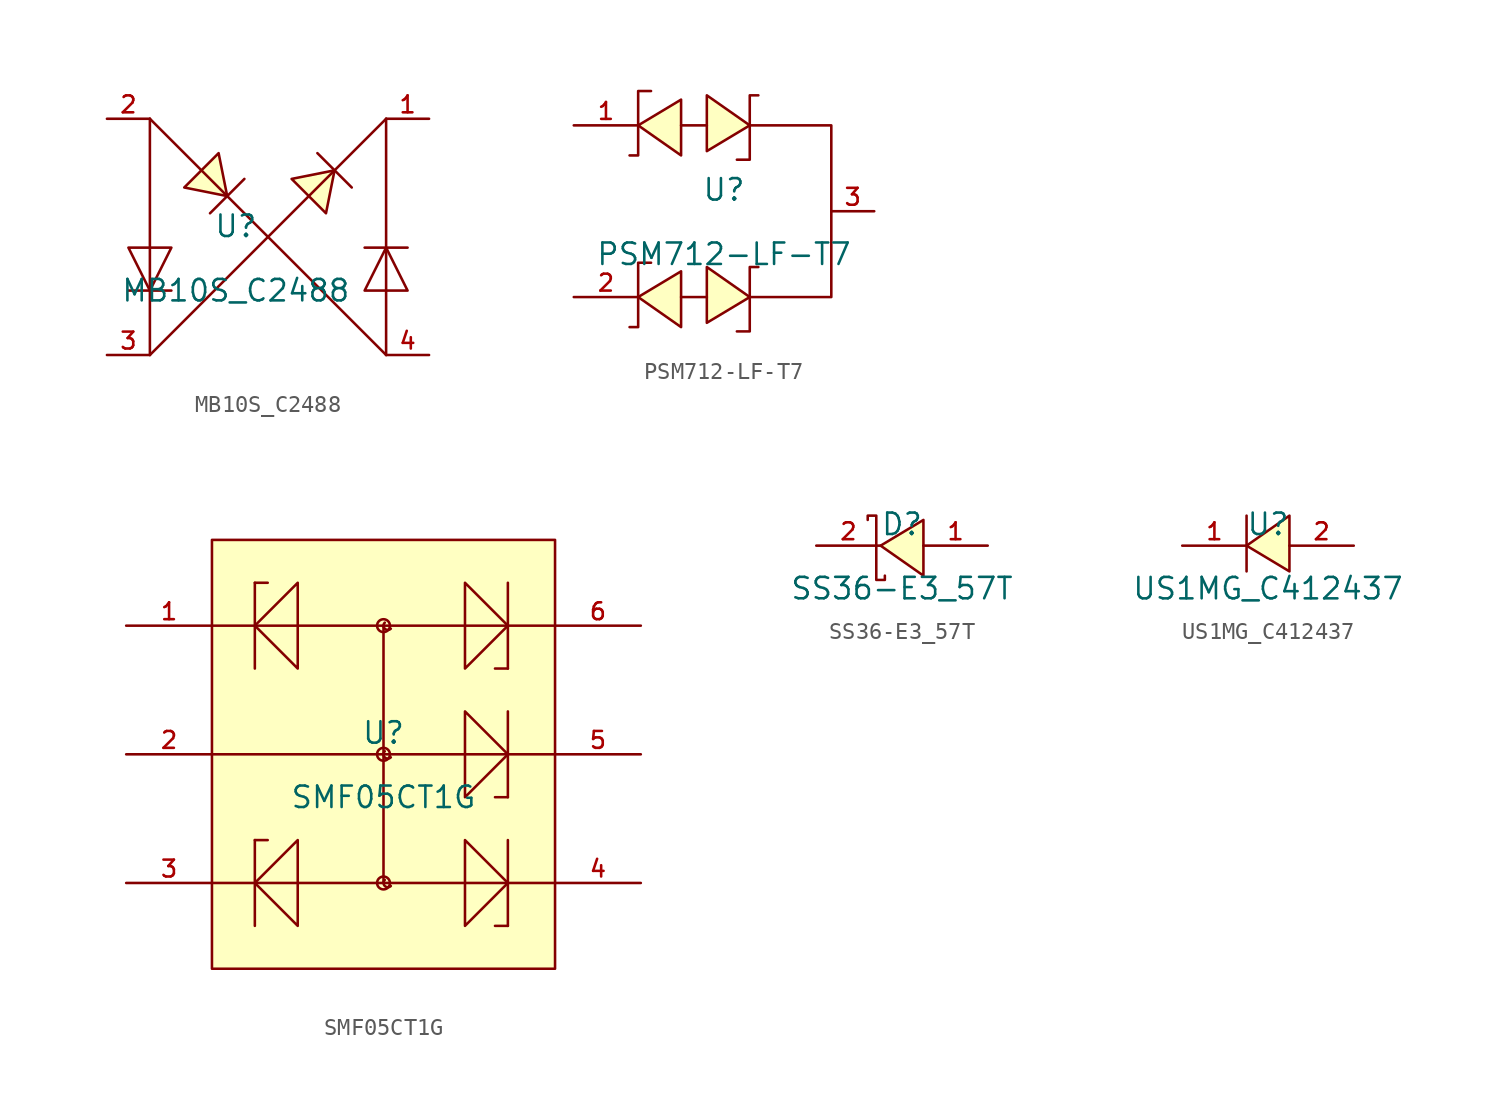
<source format=kicad_sym>
(kicad_symbol_lib
  (version 20210201)
  (generator TousstNicolas/JLC2KiCad_lib)
  (symbol "MB10S_C2488"
    (pin_names hide)
    (property "Reference" "U"
      (at 0 1.27 0)
      (effects (font (size 1.27 1.27))))
    (property "Value" "MB10S_C2488"
      (at 0 -2.54 0)
      (effects (font (size 1.27 1.27))))
    (symbol "MB10S_C2488_0_1"
      (pin unspecified line (at 11.43 -6.35 180) (length 2.54) (name "C1" (effects (font (size 1 1)))) (number "4" (effects (font (size 1 1)))))
      (pin unspecified line (at 11.43 7.62 180) (length 2.54) (name "+" (effects (font (size 1 1)))) (number "1" (effects (font (size 1 1)))))
      (pin unspecified line (at -7.62 7.62 0) (length 2.54) (name "-" (effects (font (size 1 1)))) (number "2" (effects (font (size 1 1)))))
      (pin unspecified line (at -7.62 -6.35 0) (length 2.54) (name "C2" (effects (font (size 1 1)))) (number "3" (effects (font (size 1 1)))))
      (polyline (pts (xy 0.508 4.064) (xy -1.524 2.032)) (stroke (width 0) (type default) (color 0 0 0 0)) (fill (type none)))
      (polyline (pts (xy 4.826 5.588) (xy 6.858 3.556)) (stroke (width 0) (type default) (color 0 0 0 0)) (fill (type none)))
      (polyline (pts (xy -1.016 5.588) (xy -0.508 3.048) (xy -3.048 3.556) (xy -1.016 5.588)) (stroke (width 0) (type default) (color 0 0 0 0)) (fill (type background)))
      (polyline (pts (xy 3.302 4.064) (xy 5.842 4.572) (xy 5.334 2.032) (xy 3.302 4.064)) (stroke (width 0) (type default) (color 0 0 0 0)) (fill (type background)))
      (polyline (pts (xy -5.08 7.62) (xy 8.89 -6.35)) (stroke (width 0) (type default) (color 0 0 0 0)) (fill (type none)))
      (polyline (pts (xy -6.35 -0.0) (xy -3.81 -0.0) (xy -5.08 -2.54) (xy -6.35 -0.0)) (stroke (width 0) (type default) (color 0 0 0 0)) (fill (type none)))
      (polyline (pts (xy -6.35 -2.54) (xy -3.81 -2.54)) (stroke (width 0) (type default) (color 0 0 0 0)) (fill (type none)))
      (polyline (pts (xy -5.08 7.62) (xy -5.08 -6.35)) (stroke (width 0) (type default) (color 0 0 0 0)) (fill (type none)))
      (polyline (pts (xy 10.16 -2.54) (xy 7.62 -2.54) (xy 8.89 -0.0) (xy 10.16 -2.54)) (stroke (width 0) (type default) (color 0 0 0 0)) (fill (type none)))
      (polyline (pts (xy 10.16 -0.0) (xy 7.62 -0.0)) (stroke (width 0) (type default) (color 0 0 0 0)) (fill (type none)))
      (polyline (pts (xy -5.08 -6.35) (xy 8.89 7.62)) (stroke (width 0) (type default) (color 0 0 0 0)) (fill (type none)))
      (polyline (pts (xy 8.89 7.62) (xy 8.89 -6.35)) (stroke (width 0) (type default) (color 0 0 0 0)) (fill (type none)))))
  (symbol "PSM712-LF-T7"
    (pin_names hide)
    (property "Reference" "U"
      (at 0 1.27 0)
      (effects (font (size 1.27 1.27))))
    (property "Value" "PSM712-LF-T7"
      (at 0 -2.54 0)
      (effects (font (size 1.27 1.27))))
    (symbol "PSM712-LF-T7_0_1"
      (pin unspecified line (at -8.89 5.08 0) (length 3.81) (name "A1" (effects (font (size 1 1)))) (number "1" (effects (font (size 1 1)))))
      (pin unspecified line (at 8.89 -0.0 180) (length 2.54) (name "K" (effects (font (size 1 1)))) (number "3" (effects (font (size 1 1)))))
      (polyline (pts (xy -1.016 3.556) (xy 1.524 5.08) (xy -1.016 6.858) (xy -1.016 3.556)) (stroke (width 0) (type default) (color 0 0 0 0)) (fill (type background)))
      (polyline (pts (xy 2.032 6.858) (xy 1.524 6.858) (xy 1.524 3.048) (xy 0.762 3.048)) (stroke (width 0) (type default) (color 0 0 0 0)) (fill (type none)))
      (polyline (pts (xy -2.54 6.604) (xy -5.08 5.08) (xy -2.54 3.302) (xy -2.54 6.604)) (stroke (width 0) (type default) (color 0 0 0 0)) (fill (type background)))
      (polyline (pts (xy -5.588 3.302) (xy -5.08 3.302) (xy -5.08 7.112) (xy -4.318 7.112)) (stroke (width 0) (type default) (color 0 0 0 0)) (fill (type none)))
      (polyline (pts (xy -1.016 -6.604) (xy 1.524 -5.08) (xy -1.016 -3.302) (xy -1.016 -6.604)) (stroke (width 0) (type default) (color 0 0 0 0)) (fill (type background)))
      (polyline (pts (xy 2.032 -3.302) (xy 1.524 -3.302) (xy 1.524 -7.112) (xy 0.762 -7.112)) (stroke (width 0) (type default) (color 0 0 0 0)) (fill (type none)))
      (polyline (pts (xy -2.54 -3.556) (xy -5.08 -5.08) (xy -2.54 -6.858) (xy -2.54 -3.556)) (stroke (width 0) (type default) (color 0 0 0 0)) (fill (type background)))
      (polyline (pts (xy -5.588 -6.858) (xy -5.08 -6.858) (xy -5.08 -3.048) (xy -4.318 -3.048)) (stroke (width 0) (type default) (color 0 0 0 0)) (fill (type none)))
      (pin unspecified line (at -8.89 -5.08 0) (length 3.81) (name "A1" (effects (font (size 1 1)))) (number "2" (effects (font (size 1 1)))))
      (polyline (pts (xy 1.524 5.08) (xy 6.35 5.08) (xy 6.35 -5.08) (xy 1.524 -5.08)) (stroke (width 0) (type default) (color 0 0 0 0)) (fill (type none)))
      (polyline (pts (xy -2.54 5.08) (xy -1.016 5.08)) (stroke (width 0) (type default) (color 0 0 0 0)) (fill (type none)))
      (polyline (pts (xy -2.54 -5.08) (xy -1.016 -5.08)) (stroke (width 0) (type default) (color 0 0 0 0)) (fill (type none)))))
  (symbol "SMF05CT1G"
    (pin_names hide)
    (property "Reference" "U"
      (at 0 1.27 0)
      (effects (font (size 1.27 1.27))))
    (property "Value" "SMF05CT1G"
      (at 0 -2.54 0)
      (effects (font (size 1.27 1.27))))
    (symbol "SMF05CT1G_0_1"
      (rectangle (start -10.16 12.7) (end 10.16 -12.7) (stroke (width 0) (type default) (color 0 0 0 0)) (fill (type background)))
      (pin input line (at -15.24 7.62 0) (length 5.08) (name "1" (effects (font (size 1 1)))) (number "1" (effects (font (size 1 1)))))
      (pin input line (at -15.24 -0.0 0) (length 5.08) (name "2" (effects (font (size 1 1)))) (number "2" (effects (font (size 1 1)))))
      (pin input line (at -15.24 -7.62 0) (length 5.08) (name "3" (effects (font (size 1 1)))) (number "3" (effects (font (size 1 1)))))
      (pin input line (at 15.24 -7.62 180) (length 5.08) (name "4" (effects (font (size 1 1)))) (number "4" (effects (font (size 1 1)))))
      (pin input line (at 15.24 -0.0 180) (length 5.08) (name "5" (effects (font (size 1 1)))) (number "5" (effects (font (size 1 1)))))
      (polyline (pts (xy -10.16 7.62) (xy 10.16 7.62)) (stroke (width 0) (type default) (color 0 0 0 0)) (fill (type none)))
      (polyline (pts (xy -10.16 -7.62) (xy 10.16 -7.62)) (stroke (width 0) (type default) (color 0 0 0 0)) (fill (type none)))
      (polyline (pts (xy -10.16 -0.0) (xy 0.0 -0.0)) (stroke (width 0) (type default) (color 0 0 0 0)) (fill (type none)))
      (polyline (pts (xy 0.0 -7.62) (xy 0.0 7.62)) (stroke (width 0) (type default) (color 0 0 0 0)) (fill (type none)))
      (polyline (pts (xy -5.08 10.16) (xy -7.62 7.62) (xy -5.08 5.08) (xy -5.08 10.16)) (stroke (width 0) (type default) (color 0 0 0 0)) (fill (type background)))
      (polyline (pts (xy -7.62 5.08) (xy -7.62 10.16)) (stroke (width 0) (type default) (color 0 0 0 0)) (fill (type none)))
      (polyline (pts (xy -7.62 10.16) (xy -6.858 10.16)) (stroke (width 0) (type default) (color 0 0 0 0)) (fill (type none)))
      (polyline (pts (xy 4.826 5.08) (xy 7.366 7.62) (xy 4.826 10.16) (xy 4.826 5.08)) (stroke (width 0) (type default) (color 0 0 0 0)) (fill (type background)))
      (polyline (pts (xy 7.366 10.16) (xy 7.366 5.08)) (stroke (width 0) (type default) (color 0 0 0 0)) (fill (type none)))
      (polyline (pts (xy 7.366 5.08) (xy 6.604 5.08)) (stroke (width 0) (type default) (color 0 0 0 0)) (fill (type none)))
      (polyline (pts (xy 4.826 -10.16) (xy 7.366 -7.62) (xy 4.826 -5.08) (xy 4.826 -10.16)) (stroke (width 0) (type default) (color 0 0 0 0)) (fill (type background)))
      (polyline (pts (xy 7.366 -5.08) (xy 7.366 -10.16)) (stroke (width 0) (type default) (color 0 0 0 0)) (fill (type none)))
      (polyline (pts (xy 7.366 -10.16) (xy 6.604 -10.16)) (stroke (width 0) (type default) (color 0 0 0 0)) (fill (type none)))
      (polyline (pts (xy -5.08 -5.08) (xy -7.62 -7.62) (xy -5.08 -10.16) (xy -5.08 -5.08)) (stroke (width 0) (type default) (color 0 0 0 0)) (fill (type background)))
      (polyline (pts (xy -7.62 -10.16) (xy -7.62 -5.08)) (stroke (width 0) (type default) (color 0 0 0 0)) (fill (type none)))
      (polyline (pts (xy -7.62 -5.08) (xy -6.858 -5.08)) (stroke (width 0) (type default) (color 0 0 0 0)) (fill (type none)))
      (pin input line (at 15.24 7.62 180) (length 5.08) (name "6" (effects (font (size 1 1)))) (number "6" (effects (font (size 1 1)))))
      (polyline (pts (xy 0.0 -0.0) (xy 10.16 -0.0)) (stroke (width 0) (type default) (color 0 0 0 0)) (fill (type none)))
      (polyline (pts (xy 4.826 -2.54) (xy 7.366 -0.0) (xy 4.826 2.54) (xy 4.826 -2.54)) (stroke (width 0) (type default) (color 0 0 0 0)) (fill (type background)))
      (polyline (pts (xy 7.366 2.54) (xy 7.366 -2.54)) (stroke (width 0) (type default) (color 0 0 0 0)) (fill (type none)))
      (polyline (pts (xy 7.366 -2.54) (xy 6.604 -2.54)) (stroke (width 0) (type default) (color 0 0 0 0)) (fill (type none)))
      (arc (start 0.43360598963336233 -7.799366721154826) (mid 0.07439502636866968 -7.799366721154826) (end 0.07439502636866963 -7.440155757890134) (stroke (width 0) (type default) (color 0 0 0 0)) (fill (type none)))
      (arc (start 0.43360598963336233 -0.17935148112434535) (mid 0.07439502636866968 -0.17935148112434535) (end 0.07439502636866963 0.17985948214034733) (stroke (width 0) (type default) (color 0 0 0 0)) (fill (type none)))
      (arc (start 0.43360598963336233 7.440663758906135) (mid 0.07439502636866968 7.440663758906135) (end 0.07439502636866963 7.799874722170827) (stroke (width 0) (type default) (color 0 0 0 0)) (fill (type none)))
      (circle (center 0.0 7.62) (radius 0.381) (stroke (width 0) (type default) (color 0 0 0 0)) (fill (type background)))
      (circle (center 0.0 -0.0) (radius 0.381) (stroke (width 0) (type default) (color 0 0 0 0)) (fill (type background)))
      (circle (center 0.0 -7.62) (radius 0.381) (stroke (width 0) (type default) (color 0 0 0 0)) (fill (type background)))))
  (symbol "SS36-E3_57T"
    (pin_names hide)
    (property "Reference" "D"
      (at 0 1.27 0)
      (effects (font (size 1.27 1.27))))
    (property "Value" "SS36-E3_57T"
      (at 0 -2.54 0)
      (effects (font (size 1.27 1.27))))
    (symbol "SS36-E3_57T_0_1"
      (pin unspecified line (at 5.08 -0.0 180) (length 3.81) (name "A" (effects (font (size 1 1)))) (number "1" (effects (font (size 1 1)))))
      (pin unspecified line (at -5.08 -0.0 0) (length 3.81) (name "K" (effects (font (size 1 1)))) (number "2" (effects (font (size 1 1)))))
      (polyline (pts (xy -2.032 1.524) (xy -2.032 1.778) (xy -1.524 1.778) (xy -1.524 -2.032) (xy -1.016 -2.032) (xy -1.016 -1.778)) (stroke (width 0) (type default) (color 0 0 0 0)) (fill (type none)))
      (polyline (pts (xy 1.27 1.524) (xy -1.27 -0.0) (xy 1.27 -1.778) (xy 1.27 1.524)) (stroke (width 0) (type default) (color 0 0 0 0)) (fill (type background)))))
  (symbol "US1MG_C412437"
    (pin_names hide)
    (property "Reference" "U"
      (at 0 1.27 0)
      (effects (font (size 1.27 1.27))))
    (property "Value" "US1MG_C412437"
      (at 0 -2.54 0)
      (effects (font (size 1.27 1.27))))
    (symbol "US1MG_C412437_0_1"
      (pin unspecified line (at 5.08 -0.0 180) (length 3.81) (name "A" (effects (font (size 1 1)))) (number "2" (effects (font (size 1 1)))))
      (pin unspecified line (at -5.08 -0.0 0) (length 3.81) (name "C" (effects (font (size 1 1)))) (number "1" (effects (font (size 1 1)))))
      (polyline (pts (xy 1.27 -1.524) (xy -1.27 -0.0) (xy 1.27 1.778) (xy 1.27 -1.524)) (stroke (width 0) (type default) (color 0 0 0 0)) (fill (type background)))
      (polyline (pts (xy -1.27 1.778) (xy -1.27 -1.524)) (stroke (width 0) (type default) (color 0 0 0 0)) (fill (type none))))))
</source>
